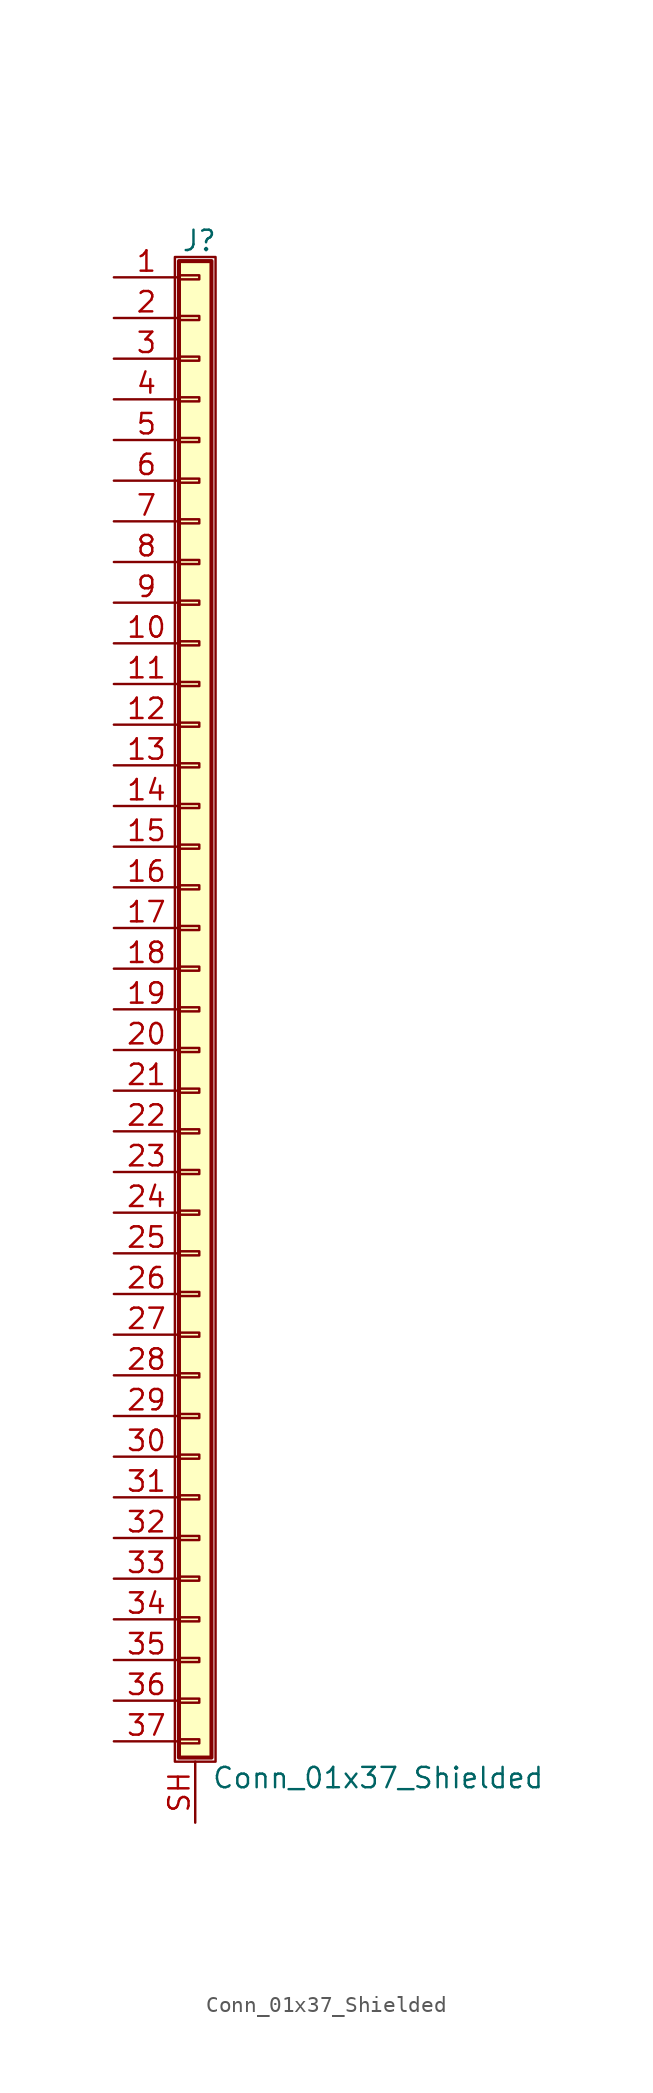
<source format=kicad_sym>
(kicad_symbol_lib
  (version 20201005)
  (generator kicad_symbol_editor)
  (symbol "Conn_01x37_Shielded"
    (pin_names
      (offset 1.016) hide)
    (property "Reference" "J"
      (at 0.254 48.006 0)
      (effects (font (size 1.27 1.27))))
    (property "Value" "Conn_01x37_Shielded"
      (at 1.016 -48.006 0)
      (effects (font (size 1.27 1.27)) (justify left)))
    (symbol "Conn_01x37_Shielded_1_1"
      (rectangle (start -1.27 46.99) (end 1.27 -46.99) (stroke (width 0.152)) (fill (type none)))
      (rectangle (start -1.016 -45.593) (end 0.254 -45.847) (stroke (width 0.152)) (fill (type none)))
      (rectangle (start -1.016 -43.053) (end 0.254 -43.307) (stroke (width 0.152)) (fill (type none)))
      (rectangle (start -1.016 -40.513) (end 0.254 -40.767) (stroke (width 0.152)) (fill (type none)))
      (rectangle (start -1.016 -37.973) (end 0.254 -38.227) (stroke (width 0.152)) (fill (type none)))
      (rectangle (start -1.016 -35.433) (end 0.254 -35.687) (stroke (width 0.152)) (fill (type none)))
      (rectangle (start -1.016 -32.893) (end 0.254 -33.147) (stroke (width 0.152)) (fill (type none)))
      (rectangle (start -1.016 -30.353) (end 0.254 -30.607) (stroke (width 0.152)) (fill (type none)))
      (rectangle (start -1.016 -27.813) (end 0.254 -28.067) (stroke (width 0.152)) (fill (type none)))
      (rectangle (start -1.016 -25.273) (end 0.254 -25.527) (stroke (width 0.152)) (fill (type none)))
      (rectangle (start -1.016 -22.733) (end 0.254 -22.987) (stroke (width 0.152)) (fill (type none)))
      (rectangle (start -1.016 -20.193) (end 0.254 -20.447) (stroke (width 0.152)) (fill (type none)))
      (rectangle (start -1.016 -17.653) (end 0.254 -17.907) (stroke (width 0.152)) (fill (type none)))
      (rectangle (start -1.016 -15.113) (end 0.254 -15.367) (stroke (width 0.152)) (fill (type none)))
      (rectangle (start -1.016 -12.573) (end 0.254 -12.827) (stroke (width 0.152)) (fill (type none)))
      (rectangle (start -1.016 -10.033) (end 0.254 -10.287) (stroke (width 0.152)) (fill (type none)))
      (rectangle (start -1.016 -7.493) (end 0.254 -7.747) (stroke (width 0.152)) (fill (type none)))
      (rectangle (start -1.016 -4.953) (end 0.254 -5.207) (stroke (width 0.152)) (fill (type none)))
      (rectangle (start -1.016 -2.413) (end 0.254 -2.667) (stroke (width 0.152)) (fill (type none)))
      (rectangle (start -1.016 0.127) (end 0.254 -0.127) (stroke (width 0.152)) (fill (type none)))
      (rectangle (start -1.016 2.667) (end 0.254 2.413) (stroke (width 0.152)) (fill (type none)))
      (rectangle (start -1.016 5.207) (end 0.254 4.953) (stroke (width 0.152)) (fill (type none)))
      (rectangle (start -1.016 7.747) (end 0.254 7.493) (stroke (width 0.152)) (fill (type none)))
      (rectangle (start -1.016 10.287) (end 0.254 10.033) (stroke (width 0.152)) (fill (type none)))
      (rectangle (start -1.016 12.827) (end 0.254 12.573) (stroke (width 0.152)) (fill (type none)))
      (rectangle (start -1.016 15.367) (end 0.254 15.113) (stroke (width 0.152)) (fill (type none)))
      (rectangle (start -1.016 17.907) (end 0.254 17.653) (stroke (width 0.152)) (fill (type none)))
      (rectangle (start -1.016 20.447) (end 0.254 20.193) (stroke (width 0.152)) (fill (type none)))
      (rectangle (start -1.016 22.987) (end 0.254 22.733) (stroke (width 0.152)) (fill (type none)))
      (rectangle (start -1.016 25.527) (end 0.254 25.273) (stroke (width 0.152)) (fill (type none)))
      (rectangle (start -1.016 28.067) (end 0.254 27.813) (stroke (width 0.152)) (fill (type none)))
      (rectangle (start -1.016 30.607) (end 0.254 30.353) (stroke (width 0.152)) (fill (type none)))
      (rectangle (start -1.016 33.147) (end 0.254 32.893) (stroke (width 0.152)) (fill (type none)))
      (rectangle (start -1.016 35.687) (end 0.254 35.433) (stroke (width 0.152)) (fill (type none)))
      (rectangle (start -1.016 38.227) (end 0.254 37.973) (stroke (width 0.152)) (fill (type none)))
      (rectangle (start -1.016 40.767) (end 0.254 40.513) (stroke (width 0.152)) (fill (type none)))
      (rectangle (start -1.016 43.307) (end 0.254 43.053) (stroke (width 0.152)) (fill (type none)))
      (rectangle (start -1.016 45.847) (end 0.254 45.593) (stroke (width 0.152)) (fill (type none)))
      (rectangle (start -1.016 46.736) (end 1.016 -46.736) (stroke (width 0.254)) (fill (type background)))
      (pin passive line (at -5.08 45.72 0) (length 4.064) (name "Pin_1" (effects (font (size 1.27 1.27)))) (number "1" (effects (font (size 1.27 1.27)))))
      (pin passive line (at -5.08 22.86 0) (length 4.064) (name "Pin_10" (effects (font (size 1.27 1.27)))) (number "10" (effects (font (size 1.27 1.27)))))
      (pin passive line (at -5.08 20.32 0) (length 4.064) (name "Pin_11" (effects (font (size 1.27 1.27)))) (number "11" (effects (font (size 1.27 1.27)))))
      (pin passive line (at -5.08 17.78 0) (length 4.064) (name "Pin_12" (effects (font (size 1.27 1.27)))) (number "12" (effects (font (size 1.27 1.27)))))
      (pin passive line (at -5.08 15.24 0) (length 4.064) (name "Pin_13" (effects (font (size 1.27 1.27)))) (number "13" (effects (font (size 1.27 1.27)))))
      (pin passive line (at -5.08 12.7 0) (length 4.064) (name "Pin_14" (effects (font (size 1.27 1.27)))) (number "14" (effects (font (size 1.27 1.27)))))
      (pin passive line (at -5.08 10.16 0) (length 4.064) (name "Pin_15" (effects (font (size 1.27 1.27)))) (number "15" (effects (font (size 1.27 1.27)))))
      (pin passive line (at -5.08 7.62 0) (length 4.064) (name "Pin_16" (effects (font (size 1.27 1.27)))) (number "16" (effects (font (size 1.27 1.27)))))
      (pin passive line (at -5.08 5.08 0) (length 4.064) (name "Pin_17" (effects (font (size 1.27 1.27)))) (number "17" (effects (font (size 1.27 1.27)))))
      (pin passive line (at -5.08 2.54 0) (length 4.064) (name "Pin_18" (effects (font (size 1.27 1.27)))) (number "18" (effects (font (size 1.27 1.27)))))
      (pin passive line (at -5.08 0 0) (length 4.064) (name "Pin_19" (effects (font (size 1.27 1.27)))) (number "19" (effects (font (size 1.27 1.27)))))
      (pin passive line (at -5.08 43.18 0) (length 4.064) (name "Pin_2" (effects (font (size 1.27 1.27)))) (number "2" (effects (font (size 1.27 1.27)))))
      (pin passive line (at -5.08 -2.54 0) (length 4.064) (name "Pin_20" (effects (font (size 1.27 1.27)))) (number "20" (effects (font (size 1.27 1.27)))))
      (pin passive line (at -5.08 -5.08 0) (length 4.064) (name "Pin_21" (effects (font (size 1.27 1.27)))) (number "21" (effects (font (size 1.27 1.27)))))
      (pin passive line (at -5.08 -7.62 0) (length 4.064) (name "Pin_22" (effects (font (size 1.27 1.27)))) (number "22" (effects (font (size 1.27 1.27)))))
      (pin passive line (at -5.08 -10.16 0) (length 4.064) (name "Pin_23" (effects (font (size 1.27 1.27)))) (number "23" (effects (font (size 1.27 1.27)))))
      (pin passive line (at -5.08 -12.7 0) (length 4.064) (name "Pin_24" (effects (font (size 1.27 1.27)))) (number "24" (effects (font (size 1.27 1.27)))))
      (pin passive line (at -5.08 -15.24 0) (length 4.064) (name "Pin_25" (effects (font (size 1.27 1.27)))) (number "25" (effects (font (size 1.27 1.27)))))
      (pin passive line (at -5.08 -17.78 0) (length 4.064) (name "Pin_26" (effects (font (size 1.27 1.27)))) (number "26" (effects (font (size 1.27 1.27)))))
      (pin passive line (at -5.08 -20.32 0) (length 4.064) (name "Pin_27" (effects (font (size 1.27 1.27)))) (number "27" (effects (font (size 1.27 1.27)))))
      (pin passive line (at -5.08 -22.86 0) (length 4.064) (name "Pin_28" (effects (font (size 1.27 1.27)))) (number "28" (effects (font (size 1.27 1.27)))))
      (pin passive line (at -5.08 -25.4 0) (length 4.064) (name "Pin_29" (effects (font (size 1.27 1.27)))) (number "29" (effects (font (size 1.27 1.27)))))
      (pin passive line (at -5.08 40.64 0) (length 4.064) (name "Pin_3" (effects (font (size 1.27 1.27)))) (number "3" (effects (font (size 1.27 1.27)))))
      (pin passive line (at -5.08 -27.94 0) (length 4.064) (name "Pin_30" (effects (font (size 1.27 1.27)))) (number "30" (effects (font (size 1.27 1.27)))))
      (pin passive line (at -5.08 -30.48 0) (length 4.064) (name "Pin_31" (effects (font (size 1.27 1.27)))) (number "31" (effects (font (size 1.27 1.27)))))
      (pin passive line (at -5.08 -33.02 0) (length 4.064) (name "Pin_32" (effects (font (size 1.27 1.27)))) (number "32" (effects (font (size 1.27 1.27)))))
      (pin passive line (at -5.08 -35.56 0) (length 4.064) (name "Pin_33" (effects (font (size 1.27 1.27)))) (number "33" (effects (font (size 1.27 1.27)))))
      (pin passive line (at -5.08 -38.1 0) (length 4.064) (name "Pin_34" (effects (font (size 1.27 1.27)))) (number "34" (effects (font (size 1.27 1.27)))))
      (pin passive line (at -5.08 -40.64 0) (length 4.064) (name "Pin_35" (effects (font (size 1.27 1.27)))) (number "35" (effects (font (size 1.27 1.27)))))
      (pin passive line (at -5.08 -43.18 0) (length 4.064) (name "Pin_36" (effects (font (size 1.27 1.27)))) (number "36" (effects (font (size 1.27 1.27)))))
      (pin passive line (at -5.08 -45.72 0) (length 4.064) (name "Pin_37" (effects (font (size 1.27 1.27)))) (number "37" (effects (font (size 1.27 1.27)))))
      (pin passive line (at -5.08 38.1 0) (length 4.064) (name "Pin_4" (effects (font (size 1.27 1.27)))) (number "4" (effects (font (size 1.27 1.27)))))
      (pin passive line (at -5.08 35.56 0) (length 4.064) (name "Pin_5" (effects (font (size 1.27 1.27)))) (number "5" (effects (font (size 1.27 1.27)))))
      (pin passive line (at -5.08 33.02 0) (length 4.064) (name "Pin_6" (effects (font (size 1.27 1.27)))) (number "6" (effects (font (size 1.27 1.27)))))
      (pin passive line (at -5.08 30.48 0) (length 4.064) (name "Pin_7" (effects (font (size 1.27 1.27)))) (number "7" (effects (font (size 1.27 1.27)))))
      (pin passive line (at -5.08 27.94 0) (length 4.064) (name "Pin_8" (effects (font (size 1.27 1.27)))) (number "8" (effects (font (size 1.27 1.27)))))
      (pin passive line (at -5.08 25.4 0) (length 4.064) (name "Pin_9" (effects (font (size 1.27 1.27)))) (number "9" (effects (font (size 1.27 1.27)))))
      (pin passive line (at 0 -50.8 90) (length 3.81) (name "Shield" (effects (font (size 1.27 1.27)))) (number "SH" (effects (font (size 1.27 1.27))))))))
</source>
